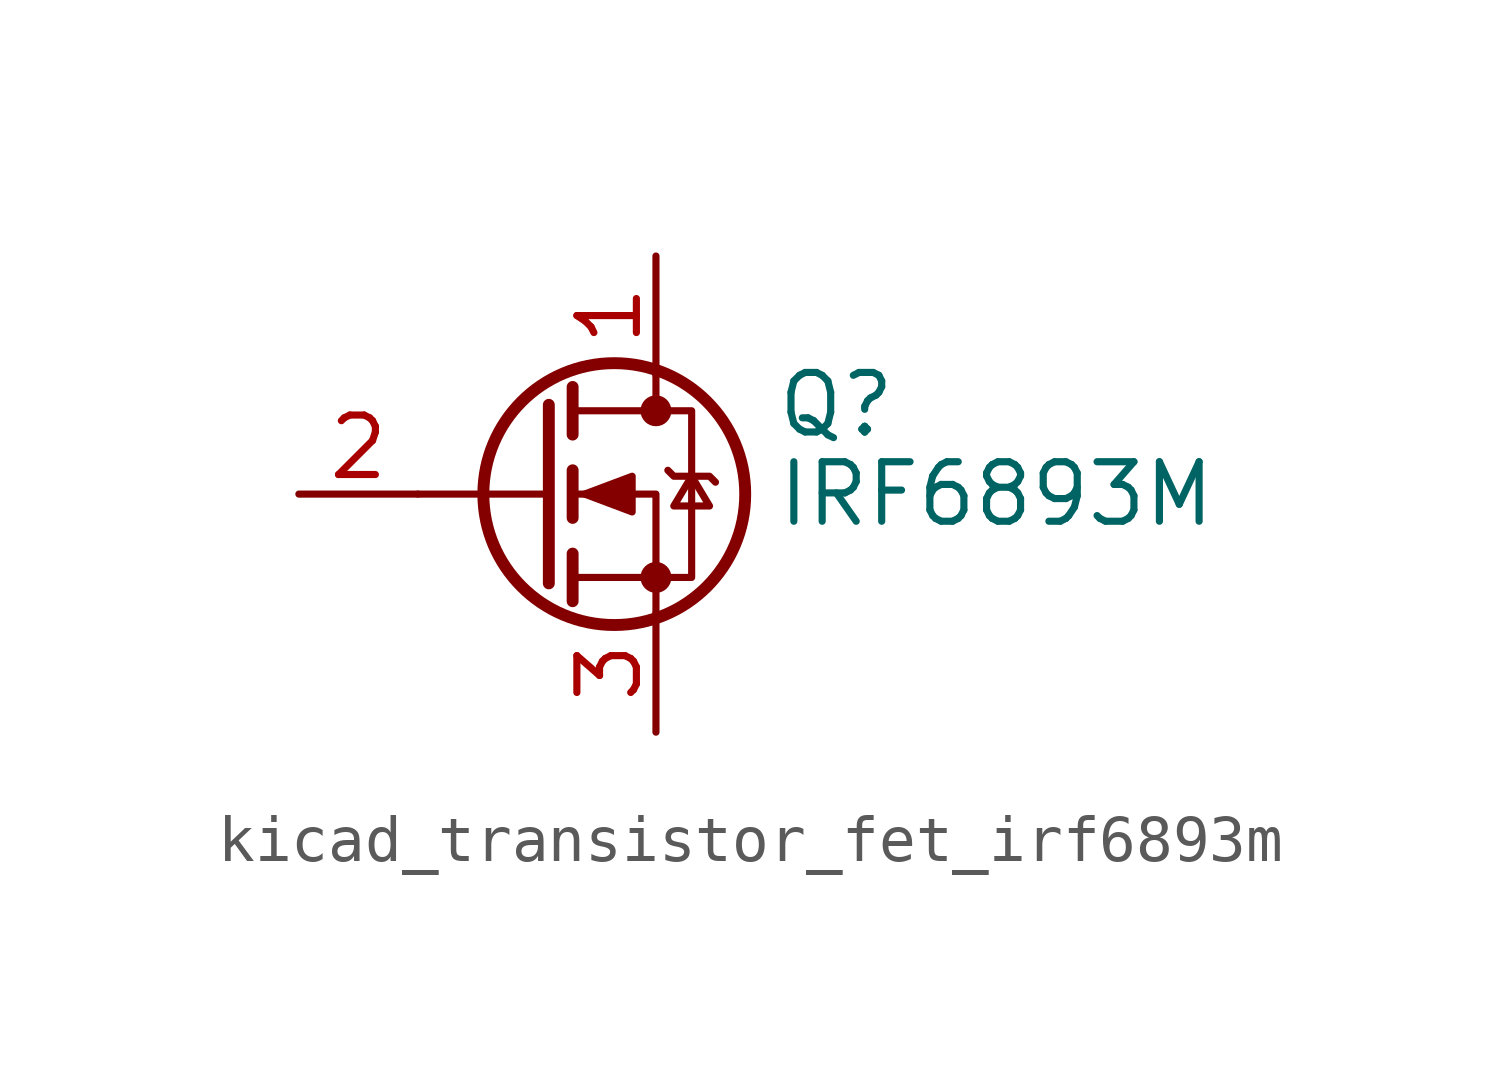
<source format=kicad_sym>
(kicad_symbol_lib
  (version 20220914)
  (generator kicad_symbol_editor)
  (symbol "kicad_transistor_fet_irf6893m"
    (pin_names hide)
    (property "Reference" "Q"
      (at 5.08 1.905 0)
      (effects (font (size 1.27 1.27)) (justify left)))
    (property "Value" "IRF6893M"
      (at 5.08 0 0)
      (effects (font (size 1.27 1.27)) (justify left)))
    (symbol "kicad_transistor_fet_irf6893m_0_1"
      (polyline (pts (xy 0.254 0) (xy -2.54 0)) (stroke (width 0) (type default)) (fill (type none)))
      (polyline (pts (xy 0.254 1.905) (xy 0.254 -1.905)) (stroke (width 0.254) (type default)) (fill (type none)))
      (polyline (pts (xy 0.762 -1.27) (xy 0.762 -2.286)) (stroke (width 0.254) (type default)) (fill (type none)))
      (polyline (pts (xy 0.762 0.508) (xy 0.762 -0.508)) (stroke (width 0.254) (type default)) (fill (type none)))
      (polyline (pts (xy 0.762 2.286) (xy 0.762 1.27)) (stroke (width 0.254) (type default)) (fill (type none)))
      (polyline (pts (xy 2.54 2.54) (xy 2.54 1.778)) (stroke (width 0) (type default)) (fill (type none)))
      (polyline (pts (xy 2.54 -2.54) (xy 2.54 0) (xy 0.762 0)) (stroke (width 0) (type default)) (fill (type none)))
      (polyline (pts (xy 0.762 -1.778) (xy 3.302 -1.778) (xy 3.302 1.778) (xy 0.762 1.778)) (stroke (width 0) (type default)) (fill (type none)))
      (polyline (pts (xy 1.016 0) (xy 2.032 0.381) (xy 2.032 -0.381) (xy 1.016 0)) (stroke (width 0) (type default)) (fill (type outline)))
      (polyline (pts (xy 2.794 0.508) (xy 2.921 0.381) (xy 3.683 0.381) (xy 3.81 0.254)) (stroke (width 0) (type default)) (fill (type none)))
      (polyline (pts (xy 3.302 0.381) (xy 2.921 -0.254) (xy 3.683 -0.254) (xy 3.302 0.381)) (stroke (width 0) (type default)) (fill (type none)))
      (circle (center 1.651 0) (radius 2.794) (stroke (width 0.254) (type default)) (fill (type none)))
      (circle (center 2.54 -1.778) (radius 0.254) (stroke (width 0) (type default)) (fill (type outline)))
      (circle (center 2.54 1.778) (radius 0.254) (stroke (width 0) (type default)) (fill (type outline))))
    (symbol "kicad_transistor_fet_irf6893m_1_1"
      (pin passive line (at 2.54 5.08 270) (length 2.54) (name "D" (effects (font (size 1.27 1.27)))) (number "1" (effects (font (size 1.27 1.27)))))
      (pin input line (at -5.08 0 0) (length 2.54) (name "G" (effects (font (size 1.27 1.27)))) (number "2" (effects (font (size 1.27 1.27)))))
      (pin passive line (at 2.54 -5.08 90) (length 2.54) (name "S" (effects (font (size 1.27 1.27)))) (number "3" (effects (font (size 1.27 1.27))))))))
</source>
